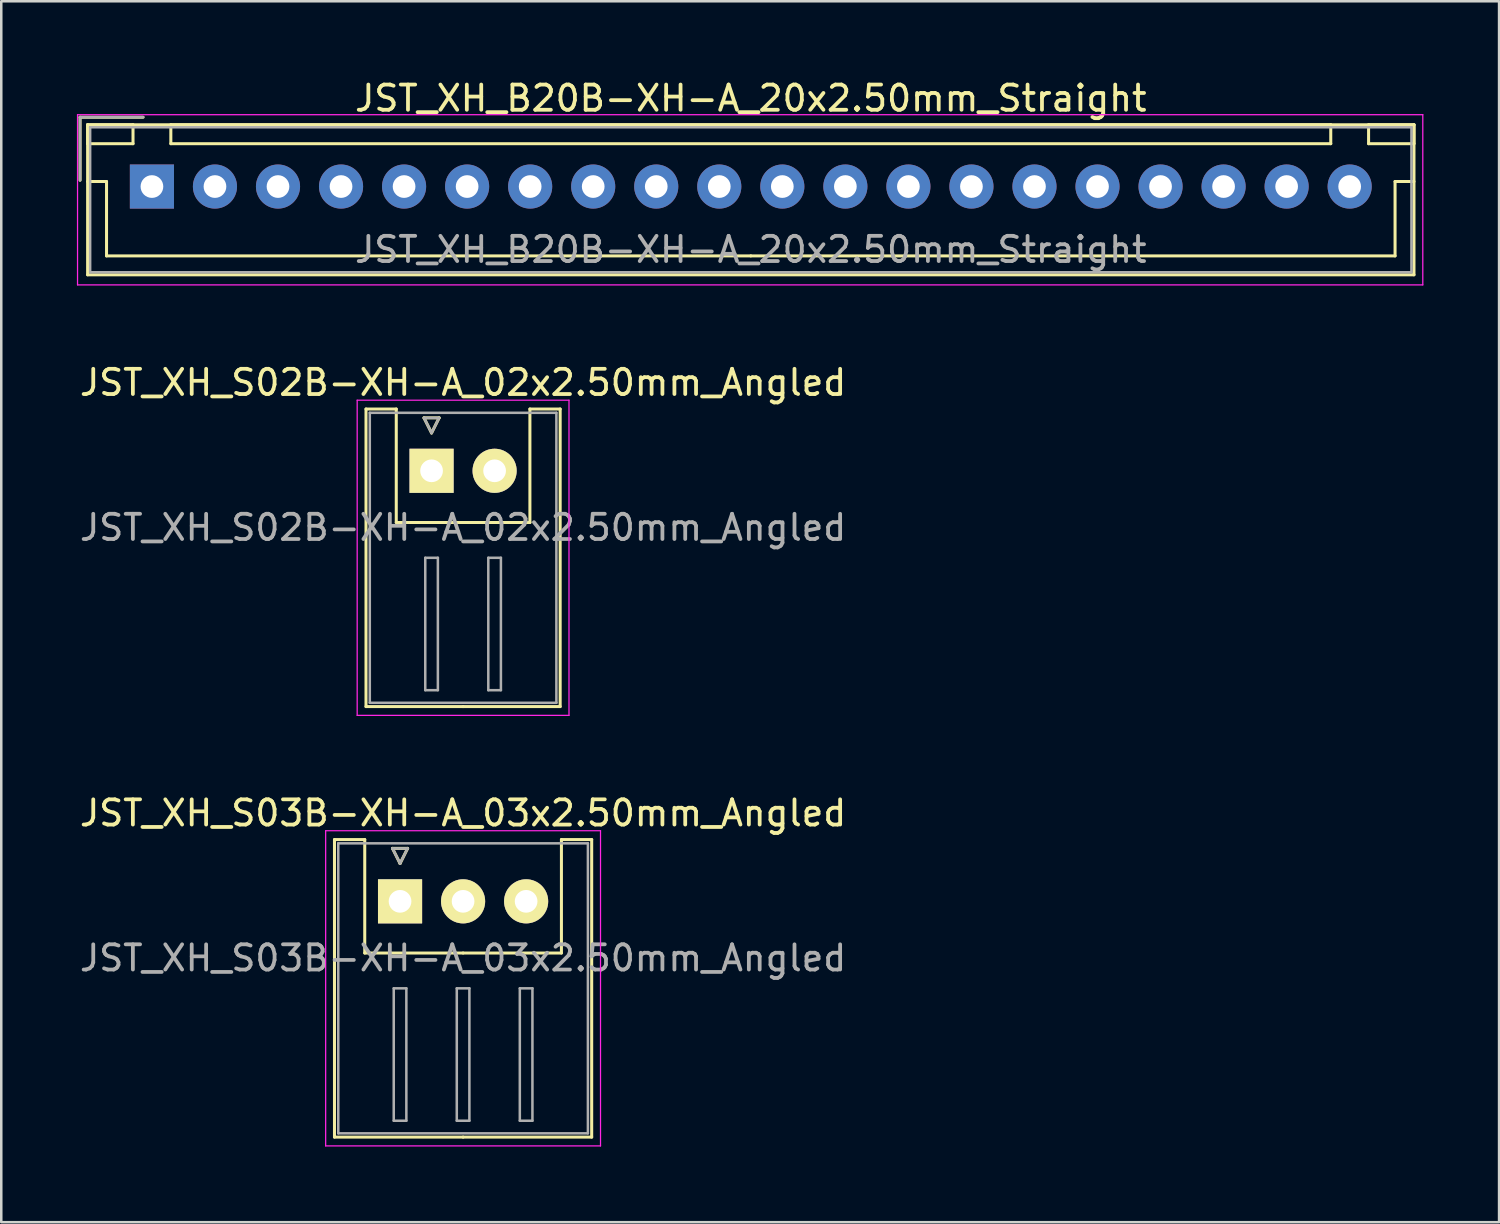
<source format=kicad_pcb>
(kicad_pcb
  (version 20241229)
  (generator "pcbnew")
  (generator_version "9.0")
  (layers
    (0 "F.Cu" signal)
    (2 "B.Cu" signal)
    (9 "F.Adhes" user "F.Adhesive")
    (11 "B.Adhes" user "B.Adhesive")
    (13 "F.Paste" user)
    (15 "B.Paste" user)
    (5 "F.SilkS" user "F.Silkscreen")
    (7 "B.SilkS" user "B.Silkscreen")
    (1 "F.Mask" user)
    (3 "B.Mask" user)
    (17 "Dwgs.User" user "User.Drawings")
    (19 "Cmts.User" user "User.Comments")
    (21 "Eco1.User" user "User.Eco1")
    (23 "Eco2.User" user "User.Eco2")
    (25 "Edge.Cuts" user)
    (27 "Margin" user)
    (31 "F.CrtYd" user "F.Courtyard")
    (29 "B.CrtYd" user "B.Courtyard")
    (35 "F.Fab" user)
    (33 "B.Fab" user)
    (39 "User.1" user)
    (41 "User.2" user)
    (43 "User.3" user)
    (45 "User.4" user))
  (footprint "JST_XH_B20B-XH-A_20x2.50mm_Straight"
    (layer "F.Cu")
    (at 2.975 4.348)
    (property "Reference" "JST_XH_B20B-XH-A_20x2.50mm_Straight" (at 23.75 -3.5 0) (layer "F.SilkS") (effects (font (size 1 1) (thickness 0.15))))
    (attr through_hole)
    (fp_line (start -2.85 -2.75) (end -2.85 -0.25) (stroke (width 0.12) (type solid)) (layer "F.SilkS"))
    (fp_line (start -2.55 -2.45) (end -2.55 -1.7) (stroke (width 0.12) (type solid)) (layer "F.SilkS"))
    (fp_line (start -2.55 -2.45) (end -2.55 3.5) (stroke (width 0.12) (type solid)) (layer "F.SilkS"))
    (fp_line (start -2.55 -1.7) (end -0.75 -1.7) (stroke (width 0.12) (type solid)) (layer "F.SilkS"))
    (fp_line (start -2.55 -0.2) (end -1.8 -0.2) (stroke (width 0.12) (type solid)) (layer "F.SilkS"))
    (fp_line (start -2.55 3.5) (end 50.05 3.5) (stroke (width 0.12) (type solid)) (layer "F.SilkS"))
    (fp_line (start -1.8 -0.2) (end -1.8 2.75) (stroke (width 0.12) (type solid)) (layer "F.SilkS"))
    (fp_line (start -1.8 2.75) (end 23.75 2.75) (stroke (width 0.12) (type solid)) (layer "F.SilkS"))
    (fp_line (start -0.75 -2.45) (end -2.55 -2.45) (stroke (width 0.12) (type solid)) (layer "F.SilkS"))
    (fp_line (start -0.75 -1.7) (end -0.75 -2.45) (stroke (width 0.12) (type solid)) (layer "F.SilkS"))
    (fp_line (start -0.35 -2.75) (end -2.85 -2.75) (stroke (width 0.12) (type solid)) (layer "F.SilkS"))
    (fp_line (start 0.75 -2.45) (end 0.75 -1.7) (stroke (width 0.12) (type solid)) (layer "F.SilkS"))
    (fp_line (start 0.75 -1.7) (end 46.75 -1.7) (stroke (width 0.12) (type solid)) (layer "F.SilkS"))
    (fp_line (start 46.75 -2.45) (end 0.75 -2.45) (stroke (width 0.12) (type solid)) (layer "F.SilkS"))
    (fp_line (start 46.75 -1.7) (end 46.75 -2.45) (stroke (width 0.12) (type solid)) (layer "F.SilkS"))
    (fp_line (start 48.25 -2.45) (end 48.25 -1.7) (stroke (width 0.12) (type solid)) (layer "F.SilkS"))
    (fp_line (start 48.25 -1.7) (end 50.05 -1.7) (stroke (width 0.12) (type solid)) (layer "F.SilkS"))
    (fp_line (start 49.3 -0.2) (end 49.3 2.75) (stroke (width 0.12) (type solid)) (layer "F.SilkS"))
    (fp_line (start 49.3 2.75) (end 23.75 2.75) (stroke (width 0.12) (type solid)) (layer "F.SilkS"))
    (fp_line (start 50.05 -2.45) (end -2.55 -2.45) (stroke (width 0.12) (type solid)) (layer "F.SilkS"))
    (fp_line (start 50.05 -2.45) (end 48.25 -2.45) (stroke (width 0.12) (type solid)) (layer "F.SilkS"))
    (fp_line (start 50.05 -1.7) (end 50.05 -2.45) (stroke (width 0.12) (type solid)) (layer "F.SilkS"))
    (fp_line (start 50.05 -0.2) (end 49.3 -0.2) (stroke (width 0.12) (type solid)) (layer "F.SilkS"))
    (fp_line (start 50.05 3.5) (end 50.05 -2.45) (stroke (width 0.12) (type solid)) (layer "F.SilkS"))
    (fp_line (start -2.95 -2.85) (end -2.95 3.9) (stroke (width 0.05) (type solid)) (layer "F.CrtYd"))
    (fp_line (start -2.95 3.9) (end 50.4 3.9) (stroke (width 0.05) (type solid)) (layer "F.CrtYd"))
    (fp_line (start 50.4 -2.85) (end -2.95 -2.85) (stroke (width 0.05) (type solid)) (layer "F.CrtYd"))
    (fp_line (start 50.4 3.9) (end 50.4 -2.85) (stroke (width 0.05) (type solid)) (layer "F.CrtYd"))
    (fp_line (start -2.85 -2.75) (end -2.85 -0.25) (stroke (width 0.1) (type solid)) (layer "F.Fab"))
    (fp_line (start -2.45 -2.35) (end -2.45 3.4) (stroke (width 0.1) (type solid)) (layer "F.Fab"))
    (fp_line (start -2.45 3.4) (end 49.95 3.4) (stroke (width 0.1) (type solid)) (layer "F.Fab"))
    (fp_line (start -0.35 -2.75) (end -2.85 -2.75) (stroke (width 0.1) (type solid)) (layer "F.Fab"))
    (fp_line (start 49.95 -2.35) (end -2.45 -2.35) (stroke (width 0.1) (type solid)) (layer "F.Fab"))
    (fp_line (start 49.95 3.4) (end 49.95 -2.35) (stroke (width 0.1) (type solid)) (layer "F.Fab"))
    (fp_text user "${REFERENCE}" (at 23.75 2.5 0) (layer "F.Fab") (effects (font (size 1 1) (thickness 0.15))))
    (pad "1" thru_hole rect (at 0 0) (size 1.75 1.75) (drill 0.9) (layers "*.Cu" "*.Mask"))
    (pad "2" thru_hole circle (at 2.5 0) (size 1.75 1.75) (drill 0.9) (layers "*.Cu" "*.Mask"))
    (pad "3" thru_hole circle (at 5 0) (size 1.75 1.75) (drill 0.9) (layers "*.Cu" "*.Mask"))
    (pad "4" thru_hole circle (at 7.5 0) (size 1.75 1.75) (drill 0.9) (layers "*.Cu" "*.Mask"))
    (pad "5" thru_hole circle (at 10 0) (size 1.75 1.75) (drill 0.9) (layers "*.Cu" "*.Mask"))
    (pad "6" thru_hole circle (at 12.5 0) (size 1.75 1.75) (drill 0.9) (layers "*.Cu" "*.Mask"))
    (pad "7" thru_hole circle (at 15 0) (size 1.75 1.75) (drill 0.9) (layers "*.Cu" "*.Mask"))
    (pad "8" thru_hole circle (at 17.5 0) (size 1.75 1.75) (drill 0.9) (layers "*.Cu" "*.Mask"))
    (pad "9" thru_hole circle (at 20 0) (size 1.75 1.75) (drill 0.9) (layers "*.Cu" "*.Mask"))
    (pad "10" thru_hole circle (at 22.5 0) (size 1.75 1.75) (drill 0.9) (layers "*.Cu" "*.Mask"))
    (pad "11" thru_hole circle (at 25 0) (size 1.75 1.75) (drill 0.9) (layers "*.Cu" "*.Mask"))
    (pad "12" thru_hole circle (at 27.5 0) (size 1.75 1.75) (drill 0.9) (layers "*.Cu" "*.Mask"))
    (pad "13" thru_hole circle (at 30 0) (size 1.75 1.75) (drill 0.9) (layers "*.Cu" "*.Mask"))
    (pad "14" thru_hole circle (at 32.5 0) (size 1.75 1.75) (drill 0.9) (layers "*.Cu" "*.Mask"))
    (pad "15" thru_hole circle (at 35 0) (size 1.75 1.75) (drill 0.9) (layers "*.Cu" "*.Mask"))
    (pad "16" thru_hole circle (at 37.5 0) (size 1.75 1.75) (drill 0.9) (layers "*.Cu" "*.Mask"))
    (pad "17" thru_hole circle (at 40 0) (size 1.75 1.75) (drill 0.9) (layers "*.Cu" "*.Mask"))
    (pad "18" thru_hole circle (at 42.5 0) (size 1.75 1.75) (drill 0.9) (layers "*.Cu" "*.Mask"))
    (pad "19" thru_hole circle (at 45 0) (size 1.75 1.75) (drill 0.9) (layers "*.Cu" "*.Mask"))
    (pad "20" thru_hole circle (at 47.5 0) (size 1.75 1.75) (drill 0.9) (layers "*.Cu" "*.Mask")))
  (footprint "JST_XH_S02B-XH-A_02x2.50mm_Angled"
    (layer "F.Cu")
    (at 14.065 15.621)
    (property "Reference" "JST_XH_S02B-XH-A_02x2.50mm_Angled" (at 1.25 -3.5 0) (layer "F.SilkS") (effects (font (size 1 1) (thickness 0.15))))
    (attr through_hole)
    (fp_line (start -2.6 -2.45) (end -1.4 -2.45) (stroke (width 0.12) (type solid)) (layer "F.SilkS"))
    (fp_line (start -2.6 9.35) (end -2.6 -2.45) (stroke (width 0.12) (type solid)) (layer "F.SilkS"))
    (fp_line (start -1.4 -2.45) (end -1.4 2.05) (stroke (width 0.12) (type solid)) (layer "F.SilkS"))
    (fp_line (start -1.4 2.05) (end 1.25 2.05) (stroke (width 0.12) (type solid)) (layer "F.SilkS"))
    (fp_line (start -0.3 -2.1) (end 0.3 -2.1) (stroke (width 0.12) (type solid)) (layer "F.SilkS"))
    (fp_line (start 0 -1.5) (end -0.3 -2.1) (stroke (width 0.12) (type solid)) (layer "F.SilkS"))
    (fp_line (start 0.3 -2.1) (end 0 -1.5) (stroke (width 0.12) (type solid)) (layer "F.SilkS"))
    (fp_line (start 1.25 9.35) (end -2.6 9.35) (stroke (width 0.12) (type solid)) (layer "F.SilkS"))
    (fp_line (start 1.25 9.35) (end 5.1 9.35) (stroke (width 0.12) (type solid)) (layer "F.SilkS"))
    (fp_line (start 3.9 -2.45) (end 3.9 2.05) (stroke (width 0.12) (type solid)) (layer "F.SilkS"))
    (fp_line (start 3.9 2.05) (end 1.25 2.05) (stroke (width 0.12) (type solid)) (layer "F.SilkS"))
    (fp_line (start 5.1 -2.45) (end 3.9 -2.45) (stroke (width 0.12) (type solid)) (layer "F.SilkS"))
    (fp_line (start 5.1 9.35) (end 5.1 -2.45) (stroke (width 0.12) (type solid)) (layer "F.SilkS"))
    (fp_line (start -2.95 -2.8) (end -2.95 9.7) (stroke (width 0.05) (type solid)) (layer "F.CrtYd"))
    (fp_line (start -2.95 9.7) (end 5.45 9.7) (stroke (width 0.05) (type solid)) (layer "F.CrtYd"))
    (fp_line (start 5.45 -2.8) (end -2.95 -2.8) (stroke (width 0.05) (type solid)) (layer "F.CrtYd"))
    (fp_line (start 5.45 9.7) (end 5.45 -2.8) (stroke (width 0.05) (type solid)) (layer "F.CrtYd"))
    (fp_line (start -2.45 -2.3) (end -2.45 9.2) (stroke (width 0.1) (type solid)) (layer "F.Fab"))
    (fp_line (start -2.45 9.2) (end 4.95 9.2) (stroke (width 0.1) (type solid)) (layer "F.Fab"))
    (fp_line (start -0.3 -2.1) (end 0.3 -2.1) (stroke (width 0.1) (type solid)) (layer "F.Fab"))
    (fp_line (start -0.25 3.45) (end -0.25 8.7) (stroke (width 0.1) (type solid)) (layer "F.Fab"))
    (fp_line (start -0.25 8.7) (end 0.25 8.7) (stroke (width 0.1) (type solid)) (layer "F.Fab"))
    (fp_line (start 0 -1.5) (end -0.3 -2.1) (stroke (width 0.1) (type solid)) (layer "F.Fab"))
    (fp_line (start 0.25 3.45) (end -0.25 3.45) (stroke (width 0.1) (type solid)) (layer "F.Fab"))
    (fp_line (start 0.25 8.7) (end 0.25 3.45) (stroke (width 0.1) (type solid)) (layer "F.Fab"))
    (fp_line (start 0.3 -2.1) (end 0 -1.5) (stroke (width 0.1) (type solid)) (layer "F.Fab"))
    (fp_line (start 2.25 3.45) (end 2.25 8.7) (stroke (width 0.1) (type solid)) (layer "F.Fab"))
    (fp_line (start 2.25 8.7) (end 2.75 8.7) (stroke (width 0.1) (type solid)) (layer "F.Fab"))
    (fp_line (start 2.75 3.45) (end 2.25 3.45) (stroke (width 0.1) (type solid)) (layer "F.Fab"))
    (fp_line (start 2.75 8.7) (end 2.75 3.45) (stroke (width 0.1) (type solid)) (layer "F.Fab"))
    (fp_line (start 4.95 -2.3) (end -2.45 -2.3) (stroke (width 0.1) (type solid)) (layer "F.Fab"))
    (fp_line (start 4.95 9.2) (end 4.95 -2.3) (stroke (width 0.1) (type solid)) (layer "F.Fab"))
    (fp_text user "${REFERENCE}" (at 1.25 2.25 0) (layer "F.Fab") (effects (font (size 1 1) (thickness 0.15))))
    (pad "1" thru_hole rect (at 0 0) (size 1.75 1.75) (drill 0.9) (layers "*.Cu" "*.Mask" "F.SilkS"))
    (pad "2" thru_hole circle (at 2.5 0) (size 1.75 1.75) (drill 0.9) (layers "*.Cu" "*.Mask" "F.SilkS")))
  (footprint "JST_XH_S03B-XH-A_03x2.50mm_Angled"
    (layer "F.Cu")
    (at 12.815 32.695)
    (property "Reference" "JST_XH_S03B-XH-A_03x2.50mm_Angled" (at 2.5 -3.5 0) (layer "F.SilkS") (effects (font (size 1 1) (thickness 0.15))))
    (attr through_hole)
    (fp_line (start -2.6 -2.45) (end -1.4 -2.45) (stroke (width 0.12) (type solid)) (layer "F.SilkS"))
    (fp_line (start -2.6 9.35) (end -2.6 -2.45) (stroke (width 0.12) (type solid)) (layer "F.SilkS"))
    (fp_line (start -1.4 -2.45) (end -1.4 2.05) (stroke (width 0.12) (type solid)) (layer "F.SilkS"))
    (fp_line (start -1.4 2.05) (end 2.5 2.05) (stroke (width 0.12) (type solid)) (layer "F.SilkS"))
    (fp_line (start -0.3 -2.1) (end 0.3 -2.1) (stroke (width 0.12) (type solid)) (layer "F.SilkS"))
    (fp_line (start 0 -1.5) (end -0.3 -2.1) (stroke (width 0.12) (type solid)) (layer "F.SilkS"))
    (fp_line (start 0.3 -2.1) (end 0 -1.5) (stroke (width 0.12) (type solid)) (layer "F.SilkS"))
    (fp_line (start 2.5 9.35) (end -2.6 9.35) (stroke (width 0.12) (type solid)) (layer "F.SilkS"))
    (fp_line (start 2.5 9.35) (end 7.6 9.35) (stroke (width 0.12) (type solid)) (layer "F.SilkS"))
    (fp_line (start 6.4 -2.45) (end 6.4 2.05) (stroke (width 0.12) (type solid)) (layer "F.SilkS"))
    (fp_line (start 6.4 2.05) (end 2.5 2.05) (stroke (width 0.12) (type solid)) (layer "F.SilkS"))
    (fp_line (start 7.6 -2.45) (end 6.4 -2.45) (stroke (width 0.12) (type solid)) (layer "F.SilkS"))
    (fp_line (start 7.6 9.35) (end 7.6 -2.45) (stroke (width 0.12) (type solid)) (layer "F.SilkS"))
    (fp_line (start -2.95 -2.8) (end -2.95 9.7) (stroke (width 0.05) (type solid)) (layer "F.CrtYd"))
    (fp_line (start -2.95 9.7) (end 7.95 9.7) (stroke (width 0.05) (type solid)) (layer "F.CrtYd"))
    (fp_line (start 7.95 -2.8) (end -2.95 -2.8) (stroke (width 0.05) (type solid)) (layer "F.CrtYd"))
    (fp_line (start 7.95 9.7) (end 7.95 -2.8) (stroke (width 0.05) (type solid)) (layer "F.CrtYd"))
    (fp_line (start -2.45 -2.3) (end -2.45 9.2) (stroke (width 0.1) (type solid)) (layer "F.Fab"))
    (fp_line (start -2.45 9.2) (end 7.45 9.2) (stroke (width 0.1) (type solid)) (layer "F.Fab"))
    (fp_line (start -0.3 -2.1) (end 0.3 -2.1) (stroke (width 0.1) (type solid)) (layer "F.Fab"))
    (fp_line (start -0.25 3.45) (end -0.25 8.7) (stroke (width 0.1) (type solid)) (layer "F.Fab"))
    (fp_line (start -0.25 8.7) (end 0.25 8.7) (stroke (width 0.1) (type solid)) (layer "F.Fab"))
    (fp_line (start 0 -1.5) (end -0.3 -2.1) (stroke (width 0.1) (type solid)) (layer "F.Fab"))
    (fp_line (start 0.25 3.45) (end -0.25 3.45) (stroke (width 0.1) (type solid)) (layer "F.Fab"))
    (fp_line (start 0.25 8.7) (end 0.25 3.45) (stroke (width 0.1) (type solid)) (layer "F.Fab"))
    (fp_line (start 0.3 -2.1) (end 0 -1.5) (stroke (width 0.1) (type solid)) (layer "F.Fab"))
    (fp_line (start 2.25 3.45) (end 2.25 8.7) (stroke (width 0.1) (type solid)) (layer "F.Fab"))
    (fp_line (start 2.25 8.7) (end 2.75 8.7) (stroke (width 0.1) (type solid)) (layer "F.Fab"))
    (fp_line (start 2.75 3.45) (end 2.25 3.45) (stroke (width 0.1) (type solid)) (layer "F.Fab"))
    (fp_line (start 2.75 8.7) (end 2.75 3.45) (stroke (width 0.1) (type solid)) (layer "F.Fab"))
    (fp_line (start 4.75 3.45) (end 4.75 8.7) (stroke (width 0.1) (type solid)) (layer "F.Fab"))
    (fp_line (start 4.75 8.7) (end 5.25 8.7) (stroke (width 0.1) (type solid)) (layer "F.Fab"))
    (fp_line (start 5.25 3.45) (end 4.75 3.45) (stroke (width 0.1) (type solid)) (layer "F.Fab"))
    (fp_line (start 5.25 8.7) (end 5.25 3.45) (stroke (width 0.1) (type solid)) (layer "F.Fab"))
    (fp_line (start 7.45 -2.3) (end -2.45 -2.3) (stroke (width 0.1) (type solid)) (layer "F.Fab"))
    (fp_line (start 7.45 9.2) (end 7.45 -2.3) (stroke (width 0.1) (type solid)) (layer "F.Fab"))
    (fp_text user "${REFERENCE}" (at 2.5 2.25 0) (layer "F.Fab") (effects (font (size 1 1) (thickness 0.15))))
    (pad "1" thru_hole rect (at 0 0) (size 1.75 1.75) (drill 0.9) (layers "*.Cu" "*.Mask" "F.SilkS"))
    (pad "2" thru_hole circle (at 2.5 0) (size 1.75 1.75) (drill 0.9) (layers "*.Cu" "*.Mask" "F.SilkS"))
    (pad "3" thru_hole circle (at 5 0) (size 1.75 1.75) (drill 0.9) (layers "*.Cu" "*.Mask" "F.SilkS")))
  (gr_rect
    (start -3 -3)
    (end 56.4 45.42)
    (stroke (width 0.1) (type default))
    (fill no)
    (layer "Edge.Cuts")))
</source>
